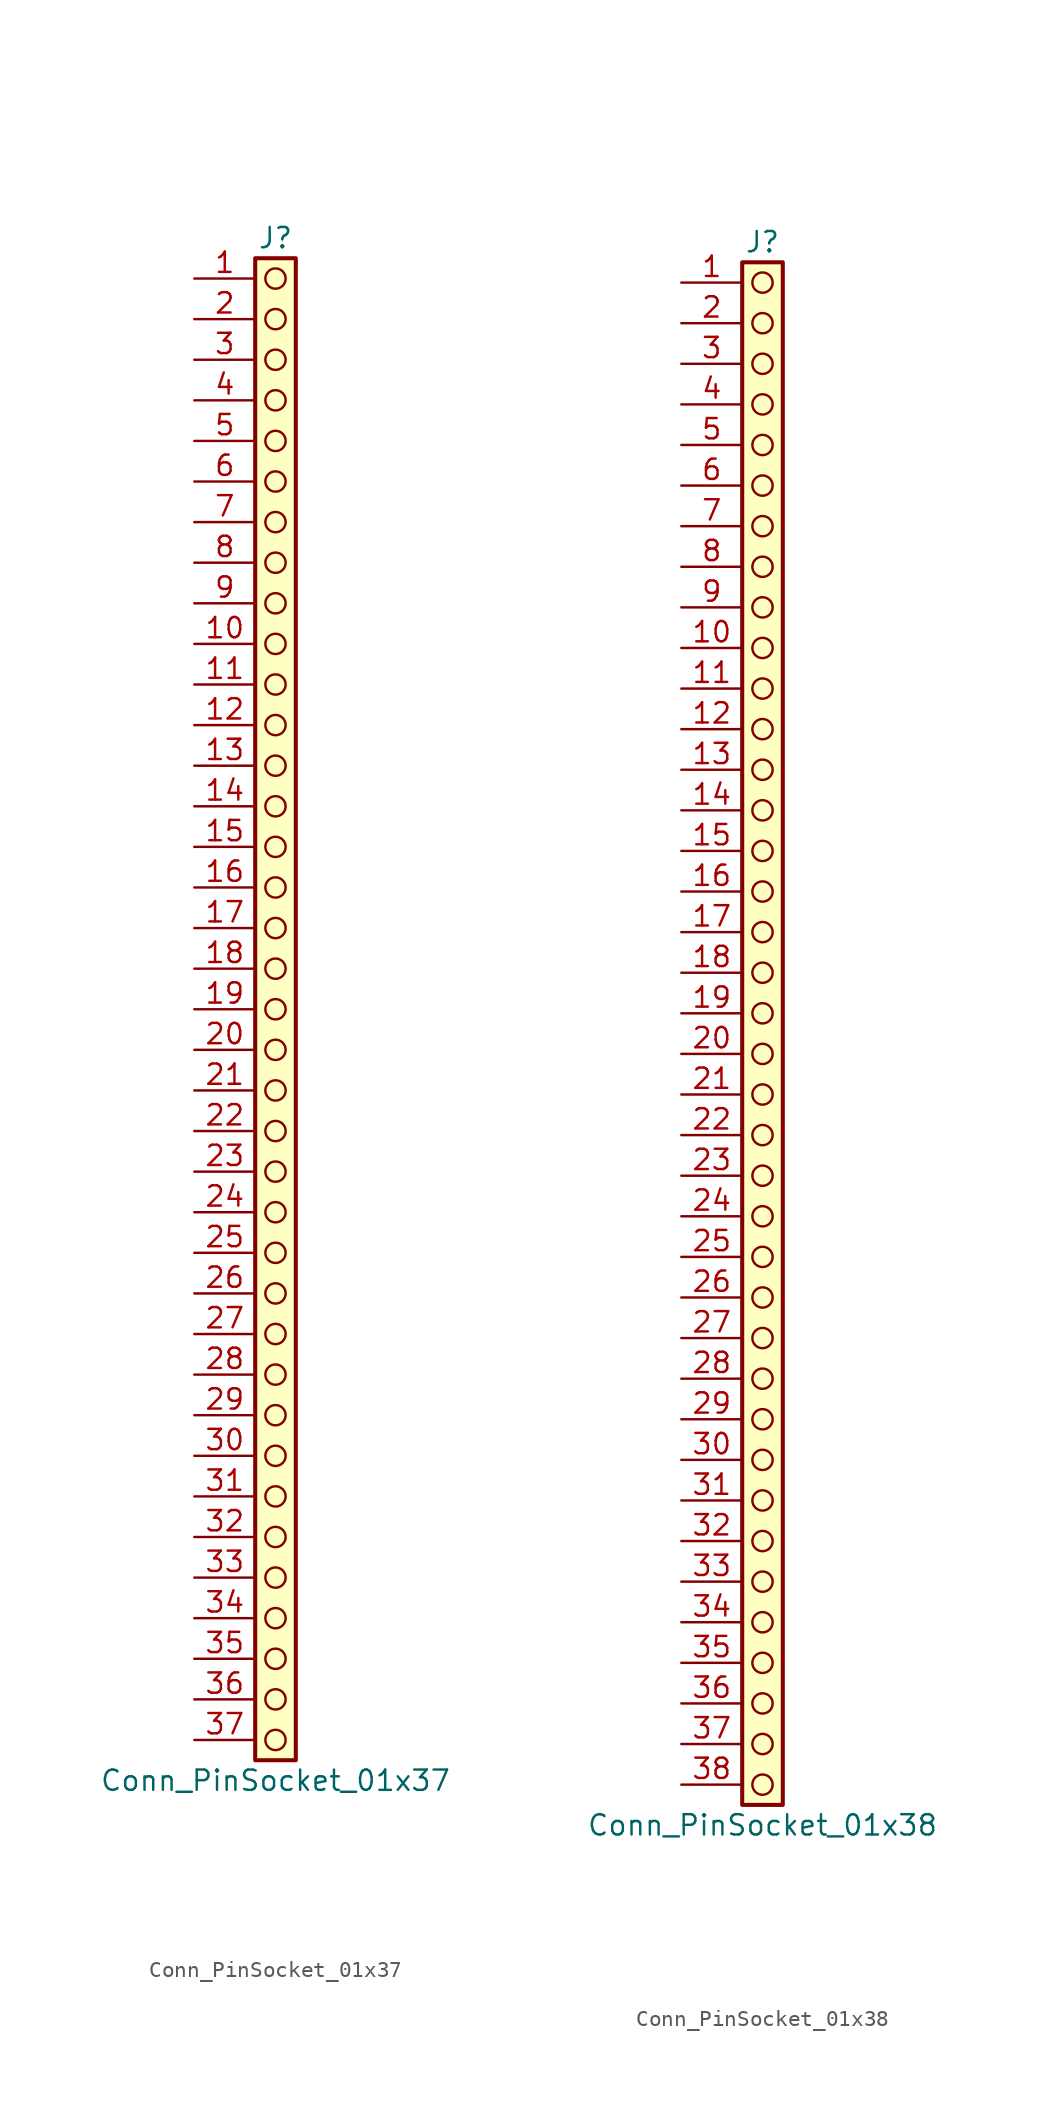
<source format=kicad_sym>
(kicad_symbol_lib
  (version 20241209)
  (generator "kicad_symbol_editor")
  (generator_version "9.0")
  (symbol "Conn_PinSocket_01x37"
    (pin_names
      (offset 1.016)
      (hide yes))
    (property "Reference" "J"
      (at 0 48.26 0)
      (effects (font (size 1.27 1.27))))
    (property "Value" "Conn_PinSocket_01x37"
      (at 0 -48.26 0)
      (effects (font (size 1.27 1.27))))
    (symbol "Conn_PinSocket_01x37_1_1"
      (rectangle (start -1.27 46.99) (end 1.27 -46.99) (stroke (width 0.254) (type default)) (fill (type background)))
      (circle (center 0 45.72) (radius 0.635) (stroke (width 0) (type solid) (color 132 0 0 1)) (fill (type none)))
      (circle (center 0 43.18) (radius 0.635) (stroke (width 0) (type solid) (color 132 0 0 1)) (fill (type none)))
      (circle (center 0 40.64) (radius 0.635) (stroke (width 0) (type solid) (color 132 0 0 1)) (fill (type none)))
      (circle (center 0 38.1) (radius 0.635) (stroke (width 0) (type solid) (color 132 0 0 1)) (fill (type none)))
      (circle (center 0 35.56) (radius 0.635) (stroke (width 0) (type solid) (color 132 0 0 1)) (fill (type none)))
      (circle (center 0 33.02) (radius 0.635) (stroke (width 0) (type solid) (color 132 0 0 1)) (fill (type none)))
      (circle (center 0 30.48) (radius 0.635) (stroke (width 0) (type solid) (color 132 0 0 1)) (fill (type none)))
      (circle (center 0 27.94) (radius 0.635) (stroke (width 0) (type solid) (color 132 0 0 1)) (fill (type none)))
      (circle (center 0 25.4) (radius 0.635) (stroke (width 0) (type solid) (color 132 0 0 1)) (fill (type none)))
      (circle (center 0 22.86) (radius 0.635) (stroke (width 0) (type solid) (color 132 0 0 1)) (fill (type none)))
      (circle (center 0 20.32) (radius 0.635) (stroke (width 0) (type solid) (color 132 0 0 1)) (fill (type none)))
      (circle (center 0 17.78) (radius 0.635) (stroke (width 0) (type solid) (color 132 0 0 1)) (fill (type none)))
      (circle (center 0 15.24) (radius 0.635) (stroke (width 0) (type solid) (color 132 0 0 1)) (fill (type none)))
      (circle (center 0 12.7) (radius 0.635) (stroke (width 0) (type solid) (color 132 0 0 1)) (fill (type none)))
      (circle (center 0 10.16) (radius 0.635) (stroke (width 0) (type solid) (color 132 0 0 1)) (fill (type none)))
      (circle (center 0 7.62) (radius 0.635) (stroke (width 0) (type solid) (color 132 0 0 1)) (fill (type none)))
      (circle (center 0 5.08) (radius 0.635) (stroke (width 0) (type solid) (color 132 0 0 1)) (fill (type none)))
      (circle (center 0 2.54) (radius 0.635) (stroke (width 0) (type solid) (color 132 0 0 1)) (fill (type none)))
      (circle (center 0 0) (radius 0.635) (stroke (width 0) (type solid) (color 132 0 0 1)) (fill (type none)))
      (circle (center 0 -2.54) (radius 0.635) (stroke (width 0) (type solid) (color 132 0 0 1)) (fill (type none)))
      (circle (center 0 -5.08) (radius 0.635) (stroke (width 0) (type solid) (color 132 0 0 1)) (fill (type none)))
      (circle (center 0 -7.62) (radius 0.635) (stroke (width 0) (type solid) (color 132 0 0 1)) (fill (type none)))
      (circle (center 0 -10.16) (radius 0.635) (stroke (width 0) (type solid) (color 132 0 0 1)) (fill (type none)))
      (circle (center 0 -12.7) (radius 0.635) (stroke (width 0) (type solid) (color 132 0 0 1)) (fill (type none)))
      (circle (center 0 -15.24) (radius 0.635) (stroke (width 0) (type solid) (color 132 0 0 1)) (fill (type none)))
      (circle (center 0 -17.78) (radius 0.635) (stroke (width 0) (type solid) (color 132 0 0 1)) (fill (type none)))
      (circle (center 0 -20.32) (radius 0.635) (stroke (width 0) (type solid) (color 132 0 0 1)) (fill (type none)))
      (circle (center 0 -22.86) (radius 0.635) (stroke (width 0) (type solid) (color 132 0 0 1)) (fill (type none)))
      (circle (center 0 -25.4) (radius 0.635) (stroke (width 0) (type solid) (color 132 0 0 1)) (fill (type none)))
      (circle (center 0 -27.94) (radius 0.635) (stroke (width 0) (type solid) (color 132 0 0 1)) (fill (type none)))
      (circle (center 0 -30.48) (radius 0.635) (stroke (width 0) (type solid) (color 132 0 0 1)) (fill (type none)))
      (circle (center 0 -33.02) (radius 0.635) (stroke (width 0) (type solid) (color 132 0 0 1)) (fill (type none)))
      (circle (center 0 -35.56) (radius 0.635) (stroke (width 0) (type solid) (color 132 0 0 1)) (fill (type none)))
      (circle (center 0 -38.1) (radius 0.635) (stroke (width 0) (type solid) (color 132 0 0 1)) (fill (type none)))
      (circle (center 0 -40.64) (radius 0.635) (stroke (width 0) (type solid) (color 132 0 0 1)) (fill (type none)))
      (circle (center 0 -43.18) (radius 0.635) (stroke (width 0) (type solid) (color 132 0 0 1)) (fill (type none)))
      (circle (center 0 -45.72) (radius 0.635) (stroke (width 0) (type solid) (color 132 0 0 1)) (fill (type none)))
      (pin passive line (at -5.08 45.72 0) (length 3.81) (name "Pin_1" (effects (font (size 1.27 1.27)))) (number "1" (effects (font (size 1.27 1.27)))))
      (pin passive line (at -5.08 43.18 0) (length 3.81) (name "Pin_2" (effects (font (size 1.27 1.27)))) (number "2" (effects (font (size 1.27 1.27)))))
      (pin passive line (at -5.08 40.64 0) (length 3.81) (name "Pin_3" (effects (font (size 1.27 1.27)))) (number "3" (effects (font (size 1.27 1.27)))))
      (pin passive line (at -5.08 38.1 0) (length 3.81) (name "Pin_4" (effects (font (size 1.27 1.27)))) (number "4" (effects (font (size 1.27 1.27)))))
      (pin passive line (at -5.08 35.56 0) (length 3.81) (name "Pin_5" (effects (font (size 1.27 1.27)))) (number "5" (effects (font (size 1.27 1.27)))))
      (pin passive line (at -5.08 33.02 0) (length 3.81) (name "Pin_6" (effects (font (size 1.27 1.27)))) (number "6" (effects (font (size 1.27 1.27)))))
      (pin passive line (at -5.08 30.48 0) (length 3.81) (name "Pin_7" (effects (font (size 1.27 1.27)))) (number "7" (effects (font (size 1.27 1.27)))))
      (pin passive line (at -5.08 27.94 0) (length 3.81) (name "Pin_8" (effects (font (size 1.27 1.27)))) (number "8" (effects (font (size 1.27 1.27)))))
      (pin passive line (at -5.08 25.4 0) (length 3.81) (name "Pin_9" (effects (font (size 1.27 1.27)))) (number "9" (effects (font (size 1.27 1.27)))))
      (pin passive line (at -5.08 22.86 0) (length 3.81) (name "Pin_10" (effects (font (size 1.27 1.27)))) (number "10" (effects (font (size 1.27 1.27)))))
      (pin passive line (at -5.08 20.32 0) (length 3.81) (name "Pin_11" (effects (font (size 1.27 1.27)))) (number "11" (effects (font (size 1.27 1.27)))))
      (pin passive line (at -5.08 17.78 0) (length 3.81) (name "Pin_12" (effects (font (size 1.27 1.27)))) (number "12" (effects (font (size 1.27 1.27)))))
      (pin passive line (at -5.08 15.24 0) (length 3.81) (name "Pin_13" (effects (font (size 1.27 1.27)))) (number "13" (effects (font (size 1.27 1.27)))))
      (pin passive line (at -5.08 12.7 0) (length 3.81) (name "Pin_14" (effects (font (size 1.27 1.27)))) (number "14" (effects (font (size 1.27 1.27)))))
      (pin passive line (at -5.08 10.16 0) (length 3.81) (name "Pin_15" (effects (font (size 1.27 1.27)))) (number "15" (effects (font (size 1.27 1.27)))))
      (pin passive line (at -5.08 7.62 0) (length 3.81) (name "Pin_16" (effects (font (size 1.27 1.27)))) (number "16" (effects (font (size 1.27 1.27)))))
      (pin passive line (at -5.08 5.08 0) (length 3.81) (name "Pin_17" (effects (font (size 1.27 1.27)))) (number "17" (effects (font (size 1.27 1.27)))))
      (pin passive line (at -5.08 2.54 0) (length 3.81) (name "Pin_18" (effects (font (size 1.27 1.27)))) (number "18" (effects (font (size 1.27 1.27)))))
      (pin passive line (at -5.08 0 0) (length 3.81) (name "Pin_19" (effects (font (size 1.27 1.27)))) (number "19" (effects (font (size 1.27 1.27)))))
      (pin passive line (at -5.08 -2.54 0) (length 3.81) (name "Pin_20" (effects (font (size 1.27 1.27)))) (number "20" (effects (font (size 1.27 1.27)))))
      (pin passive line (at -5.08 -5.08 0) (length 3.81) (name "Pin_21" (effects (font (size 1.27 1.27)))) (number "21" (effects (font (size 1.27 1.27)))))
      (pin passive line (at -5.08 -7.62 0) (length 3.81) (name "Pin_22" (effects (font (size 1.27 1.27)))) (number "22" (effects (font (size 1.27 1.27)))))
      (pin passive line (at -5.08 -10.16 0) (length 3.81) (name "Pin_23" (effects (font (size 1.27 1.27)))) (number "23" (effects (font (size 1.27 1.27)))))
      (pin passive line (at -5.08 -12.7 0) (length 3.81) (name "Pin_24" (effects (font (size 1.27 1.27)))) (number "24" (effects (font (size 1.27 1.27)))))
      (pin passive line (at -5.08 -15.24 0) (length 3.81) (name "Pin_25" (effects (font (size 1.27 1.27)))) (number "25" (effects (font (size 1.27 1.27)))))
      (pin passive line (at -5.08 -17.78 0) (length 3.81) (name "Pin_26" (effects (font (size 1.27 1.27)))) (number "26" (effects (font (size 1.27 1.27)))))
      (pin passive line (at -5.08 -20.32 0) (length 3.81) (name "Pin_27" (effects (font (size 1.27 1.27)))) (number "27" (effects (font (size 1.27 1.27)))))
      (pin passive line (at -5.08 -22.86 0) (length 3.81) (name "Pin_28" (effects (font (size 1.27 1.27)))) (number "28" (effects (font (size 1.27 1.27)))))
      (pin passive line (at -5.08 -25.4 0) (length 3.81) (name "Pin_29" (effects (font (size 1.27 1.27)))) (number "29" (effects (font (size 1.27 1.27)))))
      (pin passive line (at -5.08 -27.94 0) (length 3.81) (name "Pin_30" (effects (font (size 1.27 1.27)))) (number "30" (effects (font (size 1.27 1.27)))))
      (pin passive line (at -5.08 -30.48 0) (length 3.81) (name "Pin_31" (effects (font (size 1.27 1.27)))) (number "31" (effects (font (size 1.27 1.27)))))
      (pin passive line (at -5.08 -33.02 0) (length 3.81) (name "Pin_32" (effects (font (size 1.27 1.27)))) (number "32" (effects (font (size 1.27 1.27)))))
      (pin passive line (at -5.08 -35.56 0) (length 3.81) (name "Pin_33" (effects (font (size 1.27 1.27)))) (number "33" (effects (font (size 1.27 1.27)))))
      (pin passive line (at -5.08 -38.1 0) (length 3.81) (name "Pin_34" (effects (font (size 1.27 1.27)))) (number "34" (effects (font (size 1.27 1.27)))))
      (pin passive line (at -5.08 -40.64 0) (length 3.81) (name "Pin_35" (effects (font (size 1.27 1.27)))) (number "35" (effects (font (size 1.27 1.27)))))
      (pin passive line (at -5.08 -43.18 0) (length 3.81) (name "Pin_36" (effects (font (size 1.27 1.27)))) (number "36" (effects (font (size 1.27 1.27)))))
      (pin passive line (at -5.08 -45.72 0) (length 3.81) (name "Pin_37" (effects (font (size 1.27 1.27)))) (number "37" (effects (font (size 1.27 1.27)))))))
  (symbol "Conn_PinSocket_01x38"
    (pin_names
      (offset 1.016)
      (hide yes))
    (property "Reference" "J"
      (at 0 48.26 0)
      (effects (font (size 1.27 1.27))))
    (property "Value" "Conn_PinSocket_01x38"
      (at 0 -50.8 0)
      (effects (font (size 1.27 1.27))))
    (symbol "Conn_PinSocket_01x38_1_1"
      (rectangle (start -1.27 46.99) (end 1.27 -49.53) (stroke (width 0.254) (type default)) (fill (type background)))
      (circle (center 0 45.72) (radius 0.635) (stroke (width 0) (type solid) (color 132 0 0 1)) (fill (type none)))
      (circle (center 0 43.18) (radius 0.635) (stroke (width 0) (type solid) (color 132 0 0 1)) (fill (type none)))
      (circle (center 0 40.64) (radius 0.635) (stroke (width 0) (type solid) (color 132 0 0 1)) (fill (type none)))
      (circle (center 0 38.1) (radius 0.635) (stroke (width 0) (type solid) (color 132 0 0 1)) (fill (type none)))
      (circle (center 0 35.56) (radius 0.635) (stroke (width 0) (type solid) (color 132 0 0 1)) (fill (type none)))
      (circle (center 0 33.02) (radius 0.635) (stroke (width 0) (type solid) (color 132 0 0 1)) (fill (type none)))
      (circle (center 0 30.48) (radius 0.635) (stroke (width 0) (type solid) (color 132 0 0 1)) (fill (type none)))
      (circle (center 0 27.94) (radius 0.635) (stroke (width 0) (type solid) (color 132 0 0 1)) (fill (type none)))
      (circle (center 0 25.4) (radius 0.635) (stroke (width 0) (type solid) (color 132 0 0 1)) (fill (type none)))
      (circle (center 0 22.86) (radius 0.635) (stroke (width 0) (type solid) (color 132 0 0 1)) (fill (type none)))
      (circle (center 0 20.32) (radius 0.635) (stroke (width 0) (type solid) (color 132 0 0 1)) (fill (type none)))
      (circle (center 0 17.78) (radius 0.635) (stroke (width 0) (type solid) (color 132 0 0 1)) (fill (type none)))
      (circle (center 0 15.24) (radius 0.635) (stroke (width 0) (type solid) (color 132 0 0 1)) (fill (type none)))
      (circle (center 0 12.7) (radius 0.635) (stroke (width 0) (type solid) (color 132 0 0 1)) (fill (type none)))
      (circle (center 0 10.16) (radius 0.635) (stroke (width 0) (type solid) (color 132 0 0 1)) (fill (type none)))
      (circle (center 0 7.62) (radius 0.635) (stroke (width 0) (type solid) (color 132 0 0 1)) (fill (type none)))
      (circle (center 0 5.08) (radius 0.635) (stroke (width 0) (type solid) (color 132 0 0 1)) (fill (type none)))
      (circle (center 0 2.54) (radius 0.635) (stroke (width 0) (type solid) (color 132 0 0 1)) (fill (type none)))
      (circle (center 0 0) (radius 0.635) (stroke (width 0) (type solid) (color 132 0 0 1)) (fill (type none)))
      (circle (center 0 -2.54) (radius 0.635) (stroke (width 0) (type solid) (color 132 0 0 1)) (fill (type none)))
      (circle (center 0 -5.08) (radius 0.635) (stroke (width 0) (type solid) (color 132 0 0 1)) (fill (type none)))
      (circle (center 0 -7.62) (radius 0.635) (stroke (width 0) (type solid) (color 132 0 0 1)) (fill (type none)))
      (circle (center 0 -10.16) (radius 0.635) (stroke (width 0) (type solid) (color 132 0 0 1)) (fill (type none)))
      (circle (center 0 -12.7) (radius 0.635) (stroke (width 0) (type solid) (color 132 0 0 1)) (fill (type none)))
      (circle (center 0 -15.24) (radius 0.635) (stroke (width 0) (type solid) (color 132 0 0 1)) (fill (type none)))
      (circle (center 0 -17.78) (radius 0.635) (stroke (width 0) (type solid) (color 132 0 0 1)) (fill (type none)))
      (circle (center 0 -20.32) (radius 0.635) (stroke (width 0) (type solid) (color 132 0 0 1)) (fill (type none)))
      (circle (center 0 -22.86) (radius 0.635) (stroke (width 0) (type solid) (color 132 0 0 1)) (fill (type none)))
      (circle (center 0 -25.4) (radius 0.635) (stroke (width 0) (type solid) (color 132 0 0 1)) (fill (type none)))
      (circle (center 0 -27.94) (radius 0.635) (stroke (width 0) (type solid) (color 132 0 0 1)) (fill (type none)))
      (circle (center 0 -30.48) (radius 0.635) (stroke (width 0) (type solid) (color 132 0 0 1)) (fill (type none)))
      (circle (center 0 -33.02) (radius 0.635) (stroke (width 0) (type solid) (color 132 0 0 1)) (fill (type none)))
      (circle (center 0 -35.56) (radius 0.635) (stroke (width 0) (type solid) (color 132 0 0 1)) (fill (type none)))
      (circle (center 0 -38.1) (radius 0.635) (stroke (width 0) (type solid) (color 132 0 0 1)) (fill (type none)))
      (circle (center 0 -40.64) (radius 0.635) (stroke (width 0) (type solid) (color 132 0 0 1)) (fill (type none)))
      (circle (center 0 -43.18) (radius 0.635) (stroke (width 0) (type solid) (color 132 0 0 1)) (fill (type none)))
      (circle (center 0 -45.72) (radius 0.635) (stroke (width 0) (type solid) (color 132 0 0 1)) (fill (type none)))
      (circle (center 0 -48.26) (radius 0.635) (stroke (width 0) (type solid) (color 132 0 0 1)) (fill (type none)))
      (pin passive line (at -5.08 45.72 0) (length 3.81) (name "Pin_1" (effects (font (size 1.27 1.27)))) (number "1" (effects (font (size 1.27 1.27)))))
      (pin passive line (at -5.08 43.18 0) (length 3.81) (name "Pin_2" (effects (font (size 1.27 1.27)))) (number "2" (effects (font (size 1.27 1.27)))))
      (pin passive line (at -5.08 40.64 0) (length 3.81) (name "Pin_3" (effects (font (size 1.27 1.27)))) (number "3" (effects (font (size 1.27 1.27)))))
      (pin passive line (at -5.08 38.1 0) (length 3.81) (name "Pin_4" (effects (font (size 1.27 1.27)))) (number "4" (effects (font (size 1.27 1.27)))))
      (pin passive line (at -5.08 35.56 0) (length 3.81) (name "Pin_5" (effects (font (size 1.27 1.27)))) (number "5" (effects (font (size 1.27 1.27)))))
      (pin passive line (at -5.08 33.02 0) (length 3.81) (name "Pin_6" (effects (font (size 1.27 1.27)))) (number "6" (effects (font (size 1.27 1.27)))))
      (pin passive line (at -5.08 30.48 0) (length 3.81) (name "Pin_7" (effects (font (size 1.27 1.27)))) (number "7" (effects (font (size 1.27 1.27)))))
      (pin passive line (at -5.08 27.94 0) (length 3.81) (name "Pin_8" (effects (font (size 1.27 1.27)))) (number "8" (effects (font (size 1.27 1.27)))))
      (pin passive line (at -5.08 25.4 0) (length 3.81) (name "Pin_9" (effects (font (size 1.27 1.27)))) (number "9" (effects (font (size 1.27 1.27)))))
      (pin passive line (at -5.08 22.86 0) (length 3.81) (name "Pin_10" (effects (font (size 1.27 1.27)))) (number "10" (effects (font (size 1.27 1.27)))))
      (pin passive line (at -5.08 20.32 0) (length 3.81) (name "Pin_11" (effects (font (size 1.27 1.27)))) (number "11" (effects (font (size 1.27 1.27)))))
      (pin passive line (at -5.08 17.78 0) (length 3.81) (name "Pin_12" (effects (font (size 1.27 1.27)))) (number "12" (effects (font (size 1.27 1.27)))))
      (pin passive line (at -5.08 15.24 0) (length 3.81) (name "Pin_13" (effects (font (size 1.27 1.27)))) (number "13" (effects (font (size 1.27 1.27)))))
      (pin passive line (at -5.08 12.7 0) (length 3.81) (name "Pin_14" (effects (font (size 1.27 1.27)))) (number "14" (effects (font (size 1.27 1.27)))))
      (pin passive line (at -5.08 10.16 0) (length 3.81) (name "Pin_15" (effects (font (size 1.27 1.27)))) (number "15" (effects (font (size 1.27 1.27)))))
      (pin passive line (at -5.08 7.62 0) (length 3.81) (name "Pin_16" (effects (font (size 1.27 1.27)))) (number "16" (effects (font (size 1.27 1.27)))))
      (pin passive line (at -5.08 5.08 0) (length 3.81) (name "Pin_17" (effects (font (size 1.27 1.27)))) (number "17" (effects (font (size 1.27 1.27)))))
      (pin passive line (at -5.08 2.54 0) (length 3.81) (name "Pin_18" (effects (font (size 1.27 1.27)))) (number "18" (effects (font (size 1.27 1.27)))))
      (pin passive line (at -5.08 0 0) (length 3.81) (name "Pin_19" (effects (font (size 1.27 1.27)))) (number "19" (effects (font (size 1.27 1.27)))))
      (pin passive line (at -5.08 -2.54 0) (length 3.81) (name "Pin_20" (effects (font (size 1.27 1.27)))) (number "20" (effects (font (size 1.27 1.27)))))
      (pin passive line (at -5.08 -5.08 0) (length 3.81) (name "Pin_21" (effects (font (size 1.27 1.27)))) (number "21" (effects (font (size 1.27 1.27)))))
      (pin passive line (at -5.08 -7.62 0) (length 3.81) (name "Pin_22" (effects (font (size 1.27 1.27)))) (number "22" (effects (font (size 1.27 1.27)))))
      (pin passive line (at -5.08 -10.16 0) (length 3.81) (name "Pin_23" (effects (font (size 1.27 1.27)))) (number "23" (effects (font (size 1.27 1.27)))))
      (pin passive line (at -5.08 -12.7 0) (length 3.81) (name "Pin_24" (effects (font (size 1.27 1.27)))) (number "24" (effects (font (size 1.27 1.27)))))
      (pin passive line (at -5.08 -15.24 0) (length 3.81) (name "Pin_25" (effects (font (size 1.27 1.27)))) (number "25" (effects (font (size 1.27 1.27)))))
      (pin passive line (at -5.08 -17.78 0) (length 3.81) (name "Pin_26" (effects (font (size 1.27 1.27)))) (number "26" (effects (font (size 1.27 1.27)))))
      (pin passive line (at -5.08 -20.32 0) (length 3.81) (name "Pin_27" (effects (font (size 1.27 1.27)))) (number "27" (effects (font (size 1.27 1.27)))))
      (pin passive line (at -5.08 -22.86 0) (length 3.81) (name "Pin_28" (effects (font (size 1.27 1.27)))) (number "28" (effects (font (size 1.27 1.27)))))
      (pin passive line (at -5.08 -25.4 0) (length 3.81) (name "Pin_29" (effects (font (size 1.27 1.27)))) (number "29" (effects (font (size 1.27 1.27)))))
      (pin passive line (at -5.08 -27.94 0) (length 3.81) (name "Pin_30" (effects (font (size 1.27 1.27)))) (number "30" (effects (font (size 1.27 1.27)))))
      (pin passive line (at -5.08 -30.48 0) (length 3.81) (name "Pin_31" (effects (font (size 1.27 1.27)))) (number "31" (effects (font (size 1.27 1.27)))))
      (pin passive line (at -5.08 -33.02 0) (length 3.81) (name "Pin_32" (effects (font (size 1.27 1.27)))) (number "32" (effects (font (size 1.27 1.27)))))
      (pin passive line (at -5.08 -35.56 0) (length 3.81) (name "Pin_33" (effects (font (size 1.27 1.27)))) (number "33" (effects (font (size 1.27 1.27)))))
      (pin passive line (at -5.08 -38.1 0) (length 3.81) (name "Pin_34" (effects (font (size 1.27 1.27)))) (number "34" (effects (font (size 1.27 1.27)))))
      (pin passive line (at -5.08 -40.64 0) (length 3.81) (name "Pin_35" (effects (font (size 1.27 1.27)))) (number "35" (effects (font (size 1.27 1.27)))))
      (pin passive line (at -5.08 -43.18 0) (length 3.81) (name "Pin_36" (effects (font (size 1.27 1.27)))) (number "36" (effects (font (size 1.27 1.27)))))
      (pin passive line (at -5.08 -45.72 0) (length 3.81) (name "Pin_37" (effects (font (size 1.27 1.27)))) (number "37" (effects (font (size 1.27 1.27)))))
      (pin passive line (at -5.08 -48.26 0) (length 3.81) (name "Pin_38" (effects (font (size 1.27 1.27)))) (number "38" (effects (font (size 1.27 1.27))))))))
</source>
